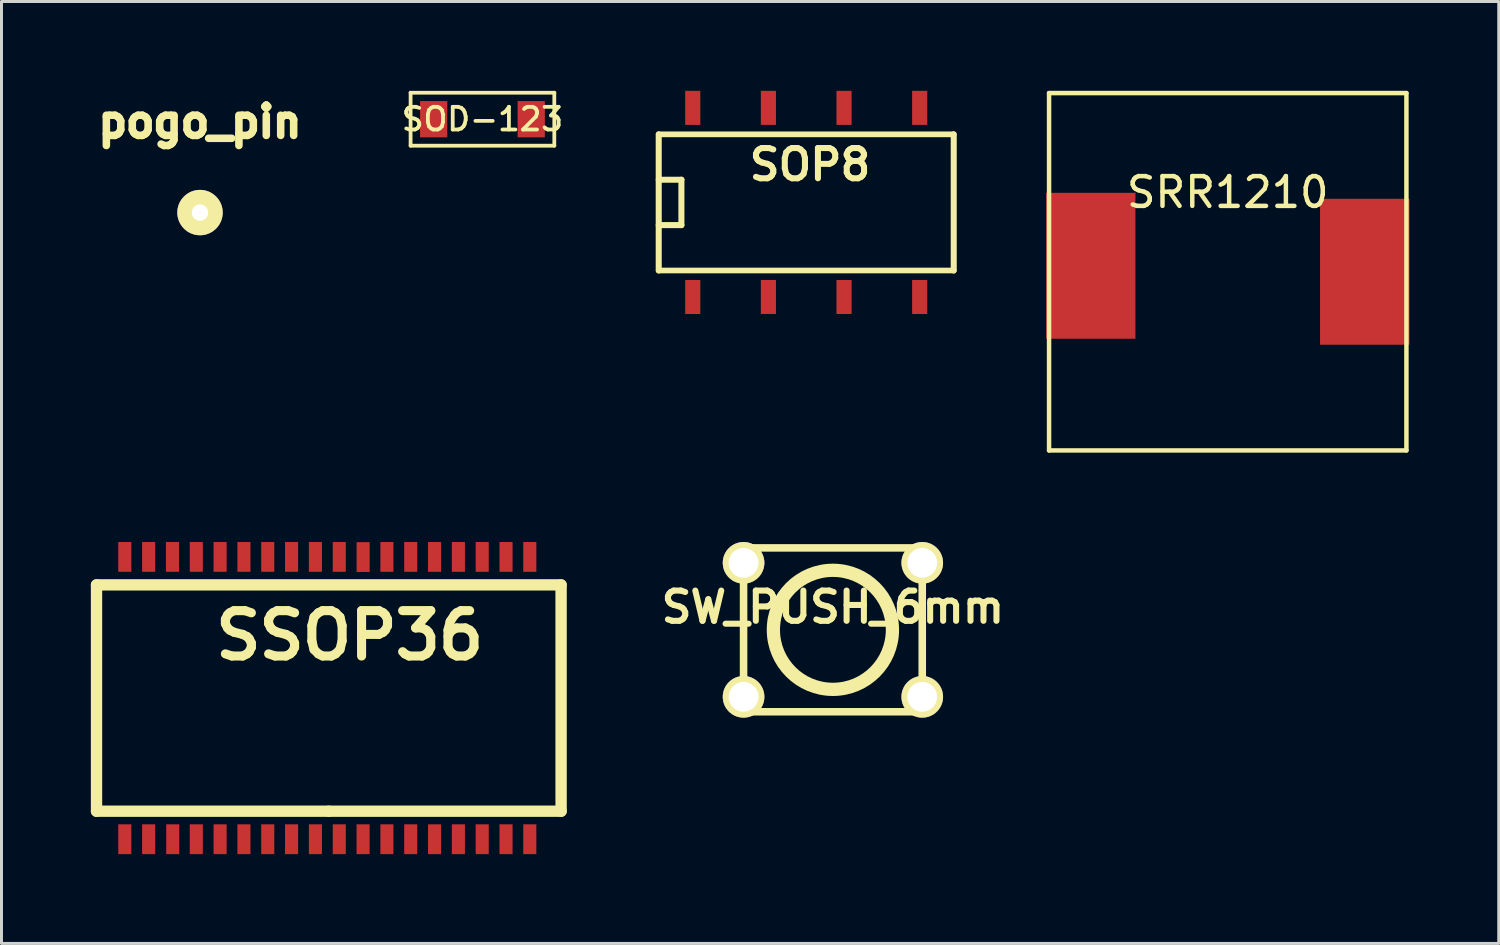
<source format=kicad_pcb>
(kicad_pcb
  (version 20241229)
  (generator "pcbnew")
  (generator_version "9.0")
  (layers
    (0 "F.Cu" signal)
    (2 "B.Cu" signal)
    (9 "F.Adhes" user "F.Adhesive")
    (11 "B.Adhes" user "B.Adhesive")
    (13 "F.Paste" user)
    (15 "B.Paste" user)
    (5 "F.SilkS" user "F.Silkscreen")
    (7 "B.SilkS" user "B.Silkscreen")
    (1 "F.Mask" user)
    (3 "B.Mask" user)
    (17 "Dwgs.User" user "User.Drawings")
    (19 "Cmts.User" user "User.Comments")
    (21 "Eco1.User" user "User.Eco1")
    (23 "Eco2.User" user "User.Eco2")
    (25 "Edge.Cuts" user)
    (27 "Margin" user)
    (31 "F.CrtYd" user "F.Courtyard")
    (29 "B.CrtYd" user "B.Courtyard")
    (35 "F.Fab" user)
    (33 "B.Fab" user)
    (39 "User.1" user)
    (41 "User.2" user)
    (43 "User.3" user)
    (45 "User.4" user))
  (footprint "pogo_pin"
    (layer "F.Cu")
    (at 3.666 4.088)
    (property "Reference" "pogo_pin" (at 0 -3.048 0) (layer "F.SilkS") (effects (font (size 1.016 1.016) (thickness 0.254))))
    (attr through_hole)
    (pad "1" thru_hole circle (at 0 0) (size 1.524 1.524) (drill 0.55) (layers "*.Cu" "*.Mask" "F.SilkS")))
  (footprint "SOD-123"
    (layer "F.Cu")
    (at 13.15 0.953)
    (property "Reference" "SOD-123" (at 0 0 0) (layer "F.SilkS") (effects (font (size 0.762 0.762) (thickness 0.127))))
    (attr smd)
    (fp_line (start -2.413 -0.889) (end 2.413 -0.889) (stroke (width 0.127) (type solid)) (layer "F.SilkS"))
    (fp_line (start -2.413 0.889) (end -2.413 -0.889) (stroke (width 0.127) (type solid)) (layer "F.SilkS"))
    (fp_line (start 2.413 -0.889) (end 2.413 0.889) (stroke (width 0.127) (type solid)) (layer "F.SilkS"))
    (fp_line (start 2.413 0.889) (end -2.413 0.889) (stroke (width 0.127) (type solid)) (layer "F.SilkS"))
    (pad "1" smd rect (at -1.638 0) (size 0.914 1.219) (layers "F.Cu" "F.Mask" "F.Paste"))
    (pad "2" smd rect (at 1.638 0) (size 0.914 1.219) (layers "F.Cu" "F.Mask" "F.Paste")))
  (footprint "SOP8"
    (layer "F.Cu")
    (at 24.022 3.747)
    (property "Reference" "SOP8" (at 0.127 -1.27 0) (layer "F.SilkS") (effects (font (size 1.016 1.016) (thickness 0.203))))
    (attr smd)
    (fp_line (start -4.953 -2.286) (end 4.953 -2.286) (stroke (width 0.191) (type solid)) (layer "F.SilkS"))
    (fp_line (start -4.953 -0.762) (end -4.191 -0.762) (stroke (width 0.203) (type solid)) (layer "F.SilkS"))
    (fp_line (start -4.953 2.286) (end -4.953 -2.286) (stroke (width 0.203) (type solid)) (layer "F.SilkS"))
    (fp_line (start -4.953 2.286) (end 4.953 2.286) (stroke (width 0.191) (type solid)) (layer "F.SilkS"))
    (fp_line (start -4.191 -0.762) (end -4.191 0.762) (stroke (width 0.203) (type solid)) (layer "F.SilkS"))
    (fp_line (start -4.191 0.762) (end -4.953 0.762) (stroke (width 0.203) (type solid)) (layer "F.SilkS"))
    (fp_line (start 4.953 -2.286) (end 4.953 2.286) (stroke (width 0.203) (type solid)) (layer "F.SilkS"))
    (pad "1" smd rect (at -3.81 3.175) (size 0.508 1.143) (layers "F.Cu" "F.Mask" "F.Paste"))
    (pad "2" smd rect (at -1.27 3.175) (size 0.508 1.143) (layers "F.Cu" "F.Mask" "F.Paste"))
    (pad "3" smd rect (at 1.27 3.175) (size 0.508 1.143) (layers "F.Cu" "F.Mask" "F.Paste"))
    (pad "4" smd rect (at 3.81 3.175) (size 0.508 1.143) (layers "F.Cu" "F.Mask" "F.Paste"))
    (pad "5" smd rect (at 3.81 -3.175) (size 0.508 1.143) (layers "F.Cu" "F.Mask" "F.Paste"))
    (pad "6" smd rect (at 1.27 -3.175) (size 0.508 1.143) (layers "F.Cu" "F.Mask" "F.Paste"))
    (pad "7" smd rect (at -1.27 -3.175) (size 0.508 1.143) (layers "F.Cu" "F.Mask" "F.Paste"))
    (pad "8" smd rect (at -3.81 -3.175) (size 0.508 1.143) (layers "F.Cu" "F.Mask" "F.Paste")))
  (footprint "SRR1210"
    (layer "F.Cu")
    (at 38.176 6.075)
    (property "Reference" "SRR1210" (at 0 -2.667 0) (layer "F.SilkS") (effects (font (size 1 1) (thickness 0.15))))
    (attr smd)
    (fp_line (start -6 -6) (end -6 6) (stroke (width 0.15) (type solid)) (layer "F.SilkS"))
    (fp_line (start -6 -6) (end 6 -6) (stroke (width 0.15) (type solid)) (layer "F.SilkS"))
    (fp_line (start -6 6) (end 6 6) (stroke (width 0.15) (type solid)) (layer "F.SilkS"))
    (fp_line (start 6 6) (end 6 -6) (stroke (width 0.15) (type solid)) (layer "F.SilkS"))
    (pad "1" smd rect (at -4.6 -0.2) (size 3 4.9) (layers "F.Cu" "F.Mask" "F.Paste"))
    (pad "2" smd rect (at 4.6 0) (size 3 4.9) (layers "F.Cu" "F.Mask" "F.Paste")))
  (footprint "SSOP36"
    (layer "F.Cu")
    (at 7.991 20.39)
    (property "Reference" "SSOP36" (at 0.701 -2.101 0) (layer "F.SilkS") (effects (font (size 1.524 1.524) (thickness 0.305))))
    (attr through_hole)
    (fp_line (start -7.8 -3.8) (end -7.8 3.8) (stroke (width 0.381) (type solid)) (layer "F.SilkS"))
    (fp_line (start -7.8 3.8) (end 0 3.8) (stroke (width 0.381) (type solid)) (layer "F.SilkS"))
    (fp_line (start 0 3.8) (end 7.8 3.8) (stroke (width 0.381) (type solid)) (layer "F.SilkS"))
    (fp_line (start 7.8 -3.8) (end -7.8 -3.8) (stroke (width 0.381) (type solid)) (layer "F.SilkS"))
    (fp_line (start 7.8 3.8) (end 7.8 -3.8) (stroke (width 0.381) (type solid)) (layer "F.SilkS"))
    (pad "1" smd rect (at -6.85 4.74) (size 0.439 1.001) (layers "F.Cu" "F.Mask" "F.Paste"))
    (pad "2" smd rect (at -6.05 4.74) (size 0.439 1.001) (layers "F.Cu" "F.Mask" "F.Paste"))
    (pad "3" smd rect (at -5.24 4.74) (size 0.439 1.001) (layers "F.Cu" "F.Mask" "F.Paste"))
    (pad "4" smd rect (at -4.45 4.74) (size 0.439 1.001) (layers "F.Cu" "F.Mask" "F.Paste"))
    (pad "5" smd rect (at -3.65 4.74) (size 0.439 1.001) (layers "F.Cu" "F.Mask" "F.Paste"))
    (pad "6" smd rect (at -2.85 4.74) (size 0.439 1.001) (layers "F.Cu" "F.Mask" "F.Paste"))
    (pad "7" smd rect (at -2.05 4.74) (size 0.439 1.001) (layers "F.Cu" "F.Mask" "F.Paste"))
    (pad "8" smd rect (at -1.25 4.74) (size 0.439 1.001) (layers "F.Cu" "F.Mask" "F.Paste"))
    (pad "9" smd rect (at -0.45 4.74) (size 0.439 1.001) (layers "F.Cu" "F.Mask" "F.Paste"))
    (pad "10" smd rect (at 0.351 4.74) (size 0.439 1.001) (layers "F.Cu" "F.Mask" "F.Paste"))
    (pad "11" smd rect (at 1.151 4.74) (size 0.439 1.001) (layers "F.Cu" "F.Mask" "F.Paste"))
    (pad "12" smd rect (at 1.951 4.74) (size 0.439 1.001) (layers "F.Cu" "F.Mask" "F.Paste"))
    (pad "13" smd rect (at 2.751 4.74) (size 0.439 1.001) (layers "F.Cu" "F.Mask" "F.Paste"))
    (pad "14" smd rect (at 3.551 4.74) (size 0.439 1.001) (layers "F.Cu" "F.Mask" "F.Paste"))
    (pad "15" smd rect (at 4.351 4.74) (size 0.439 1.001) (layers "F.Cu" "F.Mask" "F.Paste"))
    (pad "16" smd rect (at 5.151 4.74) (size 0.439 1.001) (layers "F.Cu" "F.Mask" "F.Paste"))
    (pad "17" smd rect (at 5.951 4.74) (size 0.439 1.001) (layers "F.Cu" "F.Mask" "F.Paste"))
    (pad "18" smd rect (at 6.749 4.74) (size 0.439 1.001) (layers "F.Cu" "F.Mask" "F.Paste"))
    (pad "19" smd rect (at 6.749 -4.74) (size 0.439 1.001) (layers "F.Cu" "F.Mask" "F.Paste"))
    (pad "20" smd rect (at 5.951 -4.74) (size 0.439 1.001) (layers "F.Cu" "F.Mask" "F.Paste"))
    (pad "21" smd rect (at 5.151 -4.74) (size 0.439 1.001) (layers "F.Cu" "F.Mask" "F.Paste"))
    (pad "22" smd rect (at 4.351 -4.74) (size 0.439 1.001) (layers "F.Cu" "F.Mask" "F.Paste"))
    (pad "23" smd rect (at 3.551 -4.74) (size 0.439 1.001) (layers "F.Cu" "F.Mask" "F.Paste"))
    (pad "24" smd rect (at 2.751 -4.74) (size 0.439 1.001) (layers "F.Cu" "F.Mask" "F.Paste"))
    (pad "25" smd rect (at 1.951 -4.74) (size 0.439 1.001) (layers "F.Cu" "F.Mask" "F.Paste"))
    (pad "26" smd rect (at 1.153 -4.735) (size 0.439 1.001) (layers "F.Cu" "F.Mask" "F.Paste"))
    (pad "27" smd rect (at 0.351 -4.74) (size 0.439 1.001) (layers "F.Cu" "F.Mask" "F.Paste"))
    (pad "28" smd rect (at -0.45 -4.74) (size 0.439 1.001) (layers "F.Cu" "F.Mask" "F.Paste"))
    (pad "29" smd rect (at -1.25 -4.74) (size 0.439 1.001) (layers "F.Cu" "F.Mask" "F.Paste"))
    (pad "30" smd rect (at -2.05 -4.74) (size 0.439 1.001) (layers "F.Cu" "F.Mask" "F.Paste"))
    (pad "31" smd rect (at -2.85 -4.74) (size 0.439 1.001) (layers "F.Cu" "F.Mask" "F.Paste"))
    (pad "32" smd rect (at -3.65 -4.74) (size 0.439 1.001) (layers "F.Cu" "F.Mask" "F.Paste"))
    (pad "33" smd rect (at -4.45 -4.74) (size 0.439 1.001) (layers "F.Cu" "F.Mask" "F.Paste"))
    (pad "34" smd rect (at -5.25 -4.74) (size 0.439 1.001) (layers "F.Cu" "F.Mask" "F.Paste"))
    (pad "35" smd rect (at -6.05 -4.74) (size 0.439 1.001) (layers "F.Cu" "F.Mask" "F.Paste"))
    (pad "36" smd rect (at -6.85 -4.74) (size 0.439 1.001) (layers "F.Cu" "F.Mask" "F.Paste")))
  (footprint "SW_PUSH_6mm"
    (layer "F.Cu")
    (at 24.918 18.099)
    (property "Reference" "SW_PUSH_6mm" (at 0 -0.762 0) (layer "F.SilkS") (effects (font (size 1.016 1.016) (thickness 0.203))))
    (attr through_hole)
    (fp_line (start -3 -2.751) (end 3 -2.751) (stroke (width 0.254) (type solid)) (layer "F.SilkS"))
    (fp_line (start -3 2.751) (end -3 -2.751) (stroke (width 0.254) (type solid)) (layer "F.SilkS"))
    (fp_line (start 3 -2.751) (end 3 2.751) (stroke (width 0.254) (type solid)) (layer "F.SilkS"))
    (fp_line (start 3 2.751) (end -3 2.751) (stroke (width 0.254) (type solid)) (layer "F.SilkS"))
    (fp_circle (center 0 0) (end 1.999 0) (stroke (width 0.445) (type solid)) (fill no) (layer "F.SilkS"))
    (pad "1" thru_hole circle (at -3 -2.25) (size 1.397 1.397) (drill 1) (layers "*.Cu" "*.Mask" "F.SilkS"))
    (pad "2" thru_hole circle (at -3 2.25) (size 1.397 1.397) (drill 1) (layers "*.Cu" "*.Mask" "F.SilkS"))
    (pad "3" thru_hole circle (at 3 -2.25) (size 1.397 1.397) (drill 1) (layers "*.Cu" "*.Mask" "F.SilkS"))
    (pad "4" thru_hole circle (at 3 2.25) (size 1.397 1.397) (drill 1) (layers "*.Cu" "*.Mask" "F.SilkS")))
  (gr_rect
    (start -3 -3)
    (end 47.276 28.63)
    (stroke (width 0.1) (type default))
    (fill no)
    (layer "Edge.Cuts")))
</source>
